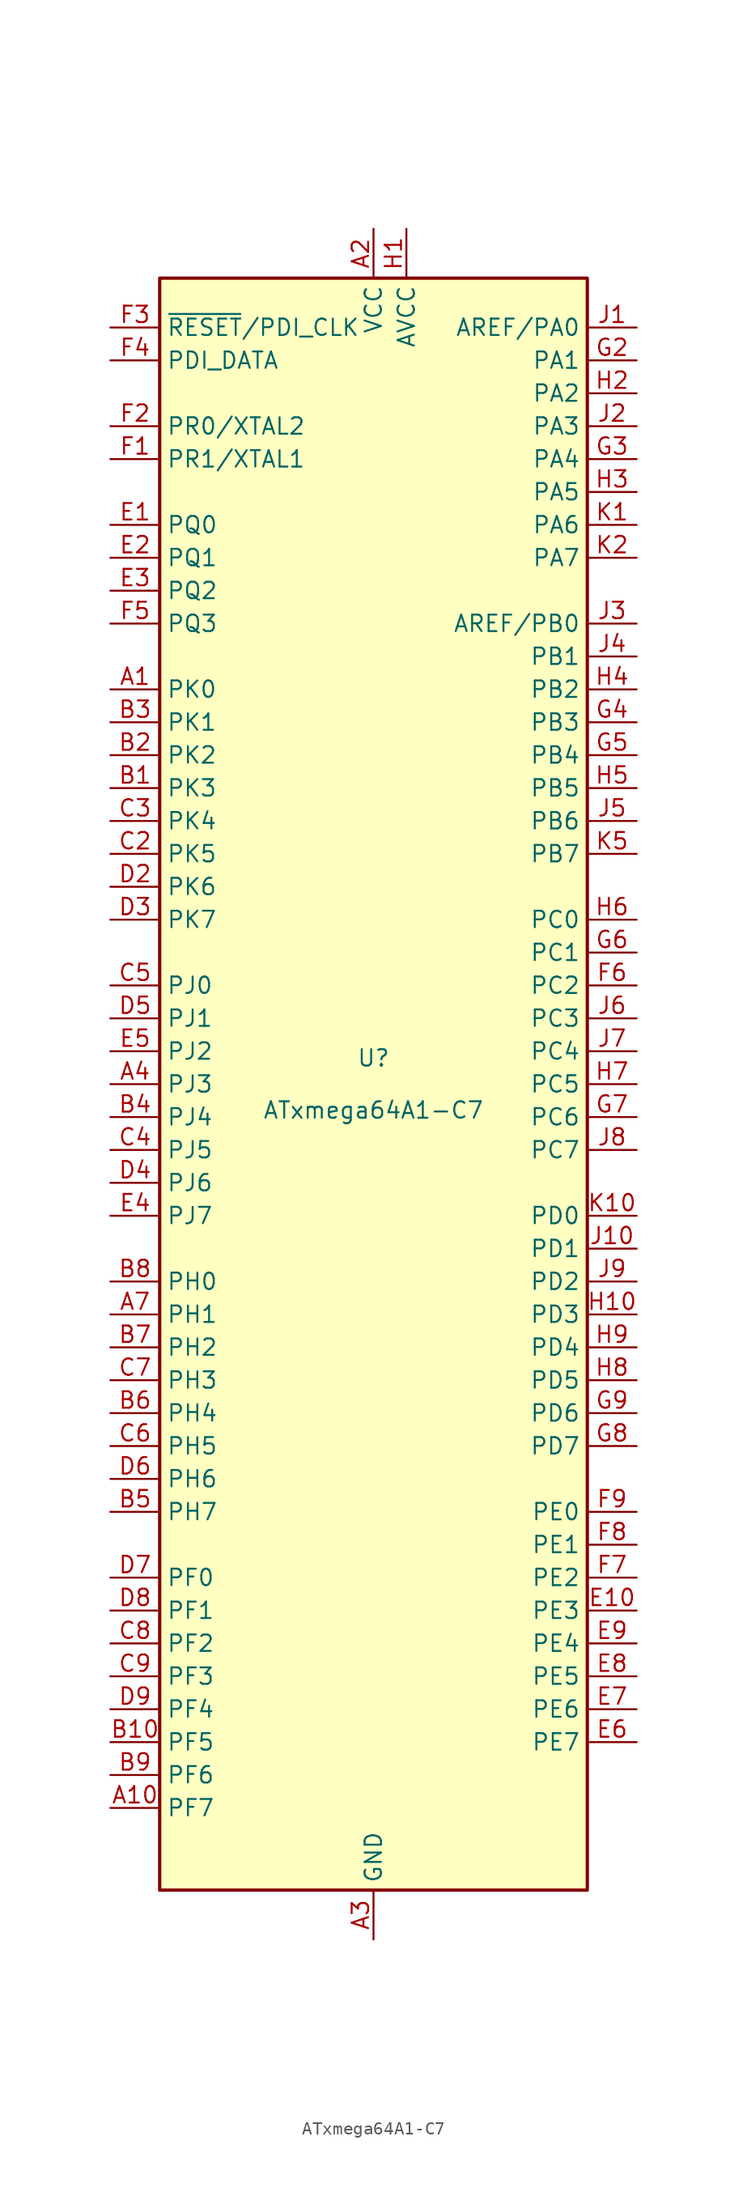
<source format=kicad_sym>
(kicad_symbol_lib
  (version 20211014)
  (generator kicad_symbol_editor)
  (symbol "ATxmega64A1-C7"
    (property "Reference" "U"
      (at 0 1.27 0)
      (effects (font (size 1.27 1.27)) (justify bottom)))
    (property "Value" "ATxmega64A1-C7"
      (at 0 -1.27 0)
      (effects (font (size 1.27 1.27)) (justify top)))
    (symbol "ATxmega64A1-C7_0_1"
      (rectangle (start -16.51 -62.23) (end 16.51 62.23) (stroke (width 0.254) (type default) (color 0 0 0 0)) (fill (type background))))
    (symbol "ATxmega64A1-C7_1_1"
      (pin bidirectional line (at -20.32 30.48 0) (length 3.81) (name "PK0" (effects (font (size 1.27 1.27)))) (number "A1" (effects (font (size 1.27 1.27)))))
      (pin bidirectional line (at -20.32 -55.88 0) (length 3.81) (name "PF7" (effects (font (size 1.27 1.27)))) (number "A10" (effects (font (size 1.27 1.27)))))
      (pin power_in line (at 0 66.04 270) (length 3.81) (name "VCC" (effects (font (size 1.27 1.27)))) (number "A2" (effects (font (size 1.27 1.27)))))
      (pin power_in line (at 0 -66.04 90) (length 3.81) (name "GND" (effects (font (size 1.27 1.27)))) (number "A3" (effects (font (size 1.27 1.27)))))
      (pin bidirectional line (at -20.32 0 0) (length 3.81) (name "PJ3" (effects (font (size 1.27 1.27)))) (number "A4" (effects (font (size 1.27 1.27)))))
      (pin passive line (at 0 66.04 270) (length 3.81) hide (name "VCC" (effects (font (size 1.27 1.27)))) (number "A5" (effects (font (size 1.27 1.27)))))
      (pin passive line (at 0 -66.04 90) (length 3.81) hide (name "GND" (effects (font (size 1.27 1.27)))) (number "A6" (effects (font (size 1.27 1.27)))))
      (pin bidirectional line (at -20.32 -17.78 0) (length 3.81) (name "PH1" (effects (font (size 1.27 1.27)))) (number "A7" (effects (font (size 1.27 1.27)))))
      (pin passive line (at 0 -66.04 90) (length 3.81) hide (name "GND" (effects (font (size 1.27 1.27)))) (number "A8" (effects (font (size 1.27 1.27)))))
      (pin passive line (at 0 66.04 270) (length 3.81) hide (name "VCC" (effects (font (size 1.27 1.27)))) (number "A9" (effects (font (size 1.27 1.27)))))
      (pin bidirectional line (at -20.32 22.86 0) (length 3.81) (name "PK3" (effects (font (size 1.27 1.27)))) (number "B1" (effects (font (size 1.27 1.27)))))
      (pin bidirectional line (at -20.32 -50.8 0) (length 3.81) (name "PF5" (effects (font (size 1.27 1.27)))) (number "B10" (effects (font (size 1.27 1.27)))))
      (pin bidirectional line (at -20.32 25.4 0) (length 3.81) (name "PK2" (effects (font (size 1.27 1.27)))) (number "B2" (effects (font (size 1.27 1.27)))))
      (pin bidirectional line (at -20.32 27.94 0) (length 3.81) (name "PK1" (effects (font (size 1.27 1.27)))) (number "B3" (effects (font (size 1.27 1.27)))))
      (pin bidirectional line (at -20.32 -2.54 0) (length 3.81) (name "PJ4" (effects (font (size 1.27 1.27)))) (number "B4" (effects (font (size 1.27 1.27)))))
      (pin bidirectional line (at -20.32 -33.02 0) (length 3.81) (name "PH7" (effects (font (size 1.27 1.27)))) (number "B5" (effects (font (size 1.27 1.27)))))
      (pin bidirectional line (at -20.32 -25.4 0) (length 3.81) (name "PH4" (effects (font (size 1.27 1.27)))) (number "B6" (effects (font (size 1.27 1.27)))))
      (pin bidirectional line (at -20.32 -20.32 0) (length 3.81) (name "PH2" (effects (font (size 1.27 1.27)))) (number "B7" (effects (font (size 1.27 1.27)))))
      (pin bidirectional line (at -20.32 -15.24 0) (length 3.81) (name "PH0" (effects (font (size 1.27 1.27)))) (number "B8" (effects (font (size 1.27 1.27)))))
      (pin bidirectional line (at -20.32 -53.34 0) (length 3.81) (name "PF6" (effects (font (size 1.27 1.27)))) (number "B9" (effects (font (size 1.27 1.27)))))
      (pin passive line (at 0 66.04 270) (length 3.81) hide (name "VCC" (effects (font (size 1.27 1.27)))) (number "C1" (effects (font (size 1.27 1.27)))))
      (pin passive line (at 0 66.04 270) (length 3.81) hide (name "VCC" (effects (font (size 1.27 1.27)))) (number "C10" (effects (font (size 1.27 1.27)))))
      (pin bidirectional line (at -20.32 17.78 0) (length 3.81) (name "PK5" (effects (font (size 1.27 1.27)))) (number "C2" (effects (font (size 1.27 1.27)))))
      (pin bidirectional line (at -20.32 20.32 0) (length 3.81) (name "PK4" (effects (font (size 1.27 1.27)))) (number "C3" (effects (font (size 1.27 1.27)))))
      (pin bidirectional line (at -20.32 -5.08 0) (length 3.81) (name "PJ5" (effects (font (size 1.27 1.27)))) (number "C4" (effects (font (size 1.27 1.27)))))
      (pin bidirectional line (at -20.32 7.62 0) (length 3.81) (name "PJ0" (effects (font (size 1.27 1.27)))) (number "C5" (effects (font (size 1.27 1.27)))))
      (pin bidirectional line (at -20.32 -27.94 0) (length 3.81) (name "PH5" (effects (font (size 1.27 1.27)))) (number "C6" (effects (font (size 1.27 1.27)))))
      (pin bidirectional line (at -20.32 -22.86 0) (length 3.81) (name "PH3" (effects (font (size 1.27 1.27)))) (number "C7" (effects (font (size 1.27 1.27)))))
      (pin bidirectional line (at -20.32 -43.18 0) (length 3.81) (name "PF2" (effects (font (size 1.27 1.27)))) (number "C8" (effects (font (size 1.27 1.27)))))
      (pin bidirectional line (at -20.32 -45.72 0) (length 3.81) (name "PF3" (effects (font (size 1.27 1.27)))) (number "C9" (effects (font (size 1.27 1.27)))))
      (pin passive line (at 0 -66.04 90) (length 3.81) hide (name "GND" (effects (font (size 1.27 1.27)))) (number "D1" (effects (font (size 1.27 1.27)))))
      (pin passive line (at 0 -66.04 90) (length 3.81) hide (name "GND" (effects (font (size 1.27 1.27)))) (number "D10" (effects (font (size 1.27 1.27)))))
      (pin bidirectional line (at -20.32 15.24 0) (length 3.81) (name "PK6" (effects (font (size 1.27 1.27)))) (number "D2" (effects (font (size 1.27 1.27)))))
      (pin bidirectional line (at -20.32 12.7 0) (length 3.81) (name "PK7" (effects (font (size 1.27 1.27)))) (number "D3" (effects (font (size 1.27 1.27)))))
      (pin bidirectional line (at -20.32 -7.62 0) (length 3.81) (name "PJ6" (effects (font (size 1.27 1.27)))) (number "D4" (effects (font (size 1.27 1.27)))))
      (pin bidirectional line (at -20.32 5.08 0) (length 3.81) (name "PJ1" (effects (font (size 1.27 1.27)))) (number "D5" (effects (font (size 1.27 1.27)))))
      (pin bidirectional line (at -20.32 -30.48 0) (length 3.81) (name "PH6" (effects (font (size 1.27 1.27)))) (number "D6" (effects (font (size 1.27 1.27)))))
      (pin bidirectional line (at -20.32 -38.1 0) (length 3.81) (name "PF0" (effects (font (size 1.27 1.27)))) (number "D7" (effects (font (size 1.27 1.27)))))
      (pin bidirectional line (at -20.32 -40.64 0) (length 3.81) (name "PF1" (effects (font (size 1.27 1.27)))) (number "D8" (effects (font (size 1.27 1.27)))))
      (pin bidirectional line (at -20.32 -48.26 0) (length 3.81) (name "PF4" (effects (font (size 1.27 1.27)))) (number "D9" (effects (font (size 1.27 1.27)))))
      (pin bidirectional line (at -20.32 43.18 0) (length 3.81) (name "PQ0" (effects (font (size 1.27 1.27)))) (number "E1" (effects (font (size 1.27 1.27)))))
      (pin bidirectional line (at 20.32 -40.64 180) (length 3.81) (name "PE3" (effects (font (size 1.27 1.27)))) (number "E10" (effects (font (size 1.27 1.27)))))
      (pin bidirectional line (at -20.32 40.64 0) (length 3.81) (name "PQ1" (effects (font (size 1.27 1.27)))) (number "E2" (effects (font (size 1.27 1.27)))))
      (pin bidirectional line (at -20.32 38.1 0) (length 3.81) (name "PQ2" (effects (font (size 1.27 1.27)))) (number "E3" (effects (font (size 1.27 1.27)))))
      (pin bidirectional line (at -20.32 -10.16 0) (length 3.81) (name "PJ7" (effects (font (size 1.27 1.27)))) (number "E4" (effects (font (size 1.27 1.27)))))
      (pin bidirectional line (at -20.32 2.54 0) (length 3.81) (name "PJ2" (effects (font (size 1.27 1.27)))) (number "E5" (effects (font (size 1.27 1.27)))))
      (pin bidirectional line (at 20.32 -50.8 180) (length 3.81) (name "PE7" (effects (font (size 1.27 1.27)))) (number "E6" (effects (font (size 1.27 1.27)))))
      (pin bidirectional line (at 20.32 -48.26 180) (length 3.81) (name "PE6" (effects (font (size 1.27 1.27)))) (number "E7" (effects (font (size 1.27 1.27)))))
      (pin bidirectional line (at 20.32 -45.72 180) (length 3.81) (name "PE5" (effects (font (size 1.27 1.27)))) (number "E8" (effects (font (size 1.27 1.27)))))
      (pin bidirectional line (at 20.32 -43.18 180) (length 3.81) (name "PE4" (effects (font (size 1.27 1.27)))) (number "E9" (effects (font (size 1.27 1.27)))))
      (pin bidirectional line (at -20.32 48.26 0) (length 3.81) (name "PR1/XTAL1" (effects (font (size 1.27 1.27)))) (number "F1" (effects (font (size 1.27 1.27)))))
      (pin passive line (at 0 66.04 270) (length 3.81) hide (name "VCC" (effects (font (size 1.27 1.27)))) (number "F10" (effects (font (size 1.27 1.27)))))
      (pin bidirectional line (at -20.32 50.8 0) (length 3.81) (name "PR0/XTAL2" (effects (font (size 1.27 1.27)))) (number "F2" (effects (font (size 1.27 1.27)))))
      (pin input line (at -20.32 58.42 0) (length 3.81) (name "~{RESET}/PDI_CLK" (effects (font (size 1.27 1.27)))) (number "F3" (effects (font (size 1.27 1.27)))))
      (pin bidirectional line (at -20.32 55.88 0) (length 3.81) (name "PDI_DATA" (effects (font (size 1.27 1.27)))) (number "F4" (effects (font (size 1.27 1.27)))))
      (pin bidirectional line (at -20.32 35.56 0) (length 3.81) (name "PQ3" (effects (font (size 1.27 1.27)))) (number "F5" (effects (font (size 1.27 1.27)))))
      (pin bidirectional line (at 20.32 7.62 180) (length 3.81) (name "PC2" (effects (font (size 1.27 1.27)))) (number "F6" (effects (font (size 1.27 1.27)))))
      (pin bidirectional line (at 20.32 -38.1 180) (length 3.81) (name "PE2" (effects (font (size 1.27 1.27)))) (number "F7" (effects (font (size 1.27 1.27)))))
      (pin bidirectional line (at 20.32 -35.56 180) (length 3.81) (name "PE1" (effects (font (size 1.27 1.27)))) (number "F8" (effects (font (size 1.27 1.27)))))
      (pin bidirectional line (at 20.32 -33.02 180) (length 3.81) (name "PE0" (effects (font (size 1.27 1.27)))) (number "F9" (effects (font (size 1.27 1.27)))))
      (pin passive line (at 0 -66.04 90) (length 3.81) hide (name "GND" (effects (font (size 1.27 1.27)))) (number "G1" (effects (font (size 1.27 1.27)))))
      (pin passive line (at 0 -66.04 90) (length 3.81) hide (name "GND" (effects (font (size 1.27 1.27)))) (number "G10" (effects (font (size 1.27 1.27)))))
      (pin bidirectional line (at 20.32 55.88 180) (length 3.81) (name "PA1" (effects (font (size 1.27 1.27)))) (number "G2" (effects (font (size 1.27 1.27)))))
      (pin bidirectional line (at 20.32 48.26 180) (length 3.81) (name "PA4" (effects (font (size 1.27 1.27)))) (number "G3" (effects (font (size 1.27 1.27)))))
      (pin bidirectional line (at 20.32 27.94 180) (length 3.81) (name "PB3" (effects (font (size 1.27 1.27)))) (number "G4" (effects (font (size 1.27 1.27)))))
      (pin bidirectional line (at 20.32 25.4 180) (length 3.81) (name "PB4" (effects (font (size 1.27 1.27)))) (number "G5" (effects (font (size 1.27 1.27)))))
      (pin bidirectional line (at 20.32 10.16 180) (length 3.81) (name "PC1" (effects (font (size 1.27 1.27)))) (number "G6" (effects (font (size 1.27 1.27)))))
      (pin bidirectional line (at 20.32 -2.54 180) (length 3.81) (name "PC6" (effects (font (size 1.27 1.27)))) (number "G7" (effects (font (size 1.27 1.27)))))
      (pin bidirectional line (at 20.32 -27.94 180) (length 3.81) (name "PD7" (effects (font (size 1.27 1.27)))) (number "G8" (effects (font (size 1.27 1.27)))))
      (pin bidirectional line (at 20.32 -25.4 180) (length 3.81) (name "PD6" (effects (font (size 1.27 1.27)))) (number "G9" (effects (font (size 1.27 1.27)))))
      (pin power_in line (at 2.54 66.04 270) (length 3.81) (name "AVCC" (effects (font (size 1.27 1.27)))) (number "H1" (effects (font (size 1.27 1.27)))))
      (pin bidirectional line (at 20.32 -17.78 180) (length 3.81) (name "PD3" (effects (font (size 1.27 1.27)))) (number "H10" (effects (font (size 1.27 1.27)))))
      (pin bidirectional line (at 20.32 53.34 180) (length 3.81) (name "PA2" (effects (font (size 1.27 1.27)))) (number "H2" (effects (font (size 1.27 1.27)))))
      (pin bidirectional line (at 20.32 45.72 180) (length 3.81) (name "PA5" (effects (font (size 1.27 1.27)))) (number "H3" (effects (font (size 1.27 1.27)))))
      (pin bidirectional line (at 20.32 30.48 180) (length 3.81) (name "PB2" (effects (font (size 1.27 1.27)))) (number "H4" (effects (font (size 1.27 1.27)))))
      (pin bidirectional line (at 20.32 22.86 180) (length 3.81) (name "PB5" (effects (font (size 1.27 1.27)))) (number "H5" (effects (font (size 1.27 1.27)))))
      (pin bidirectional line (at 20.32 12.7 180) (length 3.81) (name "PC0" (effects (font (size 1.27 1.27)))) (number "H6" (effects (font (size 1.27 1.27)))))
      (pin bidirectional line (at 20.32 0 180) (length 3.81) (name "PC5" (effects (font (size 1.27 1.27)))) (number "H7" (effects (font (size 1.27 1.27)))))
      (pin bidirectional line (at 20.32 -22.86 180) (length 3.81) (name "PD5" (effects (font (size 1.27 1.27)))) (number "H8" (effects (font (size 1.27 1.27)))))
      (pin bidirectional line (at 20.32 -20.32 180) (length 3.81) (name "PD4" (effects (font (size 1.27 1.27)))) (number "H9" (effects (font (size 1.27 1.27)))))
      (pin bidirectional line (at 20.32 58.42 180) (length 3.81) (name "AREF/PA0" (effects (font (size 1.27 1.27)))) (number "J1" (effects (font (size 1.27 1.27)))))
      (pin bidirectional line (at 20.32 -12.7 180) (length 3.81) (name "PD1" (effects (font (size 1.27 1.27)))) (number "J10" (effects (font (size 1.27 1.27)))))
      (pin bidirectional line (at 20.32 50.8 180) (length 3.81) (name "PA3" (effects (font (size 1.27 1.27)))) (number "J2" (effects (font (size 1.27 1.27)))))
      (pin bidirectional line (at 20.32 35.56 180) (length 3.81) (name "AREF/PB0" (effects (font (size 1.27 1.27)))) (number "J3" (effects (font (size 1.27 1.27)))))
      (pin bidirectional line (at 20.32 33.02 180) (length 3.81) (name "PB1" (effects (font (size 1.27 1.27)))) (number "J4" (effects (font (size 1.27 1.27)))))
      (pin bidirectional line (at 20.32 20.32 180) (length 3.81) (name "PB6" (effects (font (size 1.27 1.27)))) (number "J5" (effects (font (size 1.27 1.27)))))
      (pin bidirectional line (at 20.32 5.08 180) (length 3.81) (name "PC3" (effects (font (size 1.27 1.27)))) (number "J6" (effects (font (size 1.27 1.27)))))
      (pin bidirectional line (at 20.32 2.54 180) (length 3.81) (name "PC4" (effects (font (size 1.27 1.27)))) (number "J7" (effects (font (size 1.27 1.27)))))
      (pin bidirectional line (at 20.32 -5.08 180) (length 3.81) (name "PC7" (effects (font (size 1.27 1.27)))) (number "J8" (effects (font (size 1.27 1.27)))))
      (pin bidirectional line (at 20.32 -15.24 180) (length 3.81) (name "PD2" (effects (font (size 1.27 1.27)))) (number "J9" (effects (font (size 1.27 1.27)))))
      (pin bidirectional line (at 20.32 43.18 180) (length 3.81) (name "PA6" (effects (font (size 1.27 1.27)))) (number "K1" (effects (font (size 1.27 1.27)))))
      (pin bidirectional line (at 20.32 -10.16 180) (length 3.81) (name "PD0" (effects (font (size 1.27 1.27)))) (number "K10" (effects (font (size 1.27 1.27)))))
      (pin bidirectional line (at 20.32 40.64 180) (length 3.81) (name "PA7" (effects (font (size 1.27 1.27)))) (number "K2" (effects (font (size 1.27 1.27)))))
      (pin passive line (at 0 -66.04 90) (length 3.81) hide (name "GND" (effects (font (size 1.27 1.27)))) (number "K3" (effects (font (size 1.27 1.27)))))
      (pin passive line (at 2.54 66.04 270) (length 3.81) hide (name "AVCC" (effects (font (size 1.27 1.27)))) (number "K4" (effects (font (size 1.27 1.27)))))
      (pin bidirectional line (at 20.32 17.78 180) (length 3.81) (name "PB7" (effects (font (size 1.27 1.27)))) (number "K5" (effects (font (size 1.27 1.27)))))
      (pin passive line (at 0 66.04 270) (length 3.81) hide (name "VCC" (effects (font (size 1.27 1.27)))) (number "K6" (effects (font (size 1.27 1.27)))))
      (pin passive line (at 0 -66.04 90) (length 3.81) hide (name "GND" (effects (font (size 1.27 1.27)))) (number "K7" (effects (font (size 1.27 1.27)))))
      (pin passive line (at 0 66.04 270) (length 3.81) hide (name "VCC" (effects (font (size 1.27 1.27)))) (number "K8" (effects (font (size 1.27 1.27)))))
      (pin passive line (at 0 -66.04 90) (length 3.81) hide (name "GND" (effects (font (size 1.27 1.27)))) (number "K9" (effects (font (size 1.27 1.27))))))))
</source>
